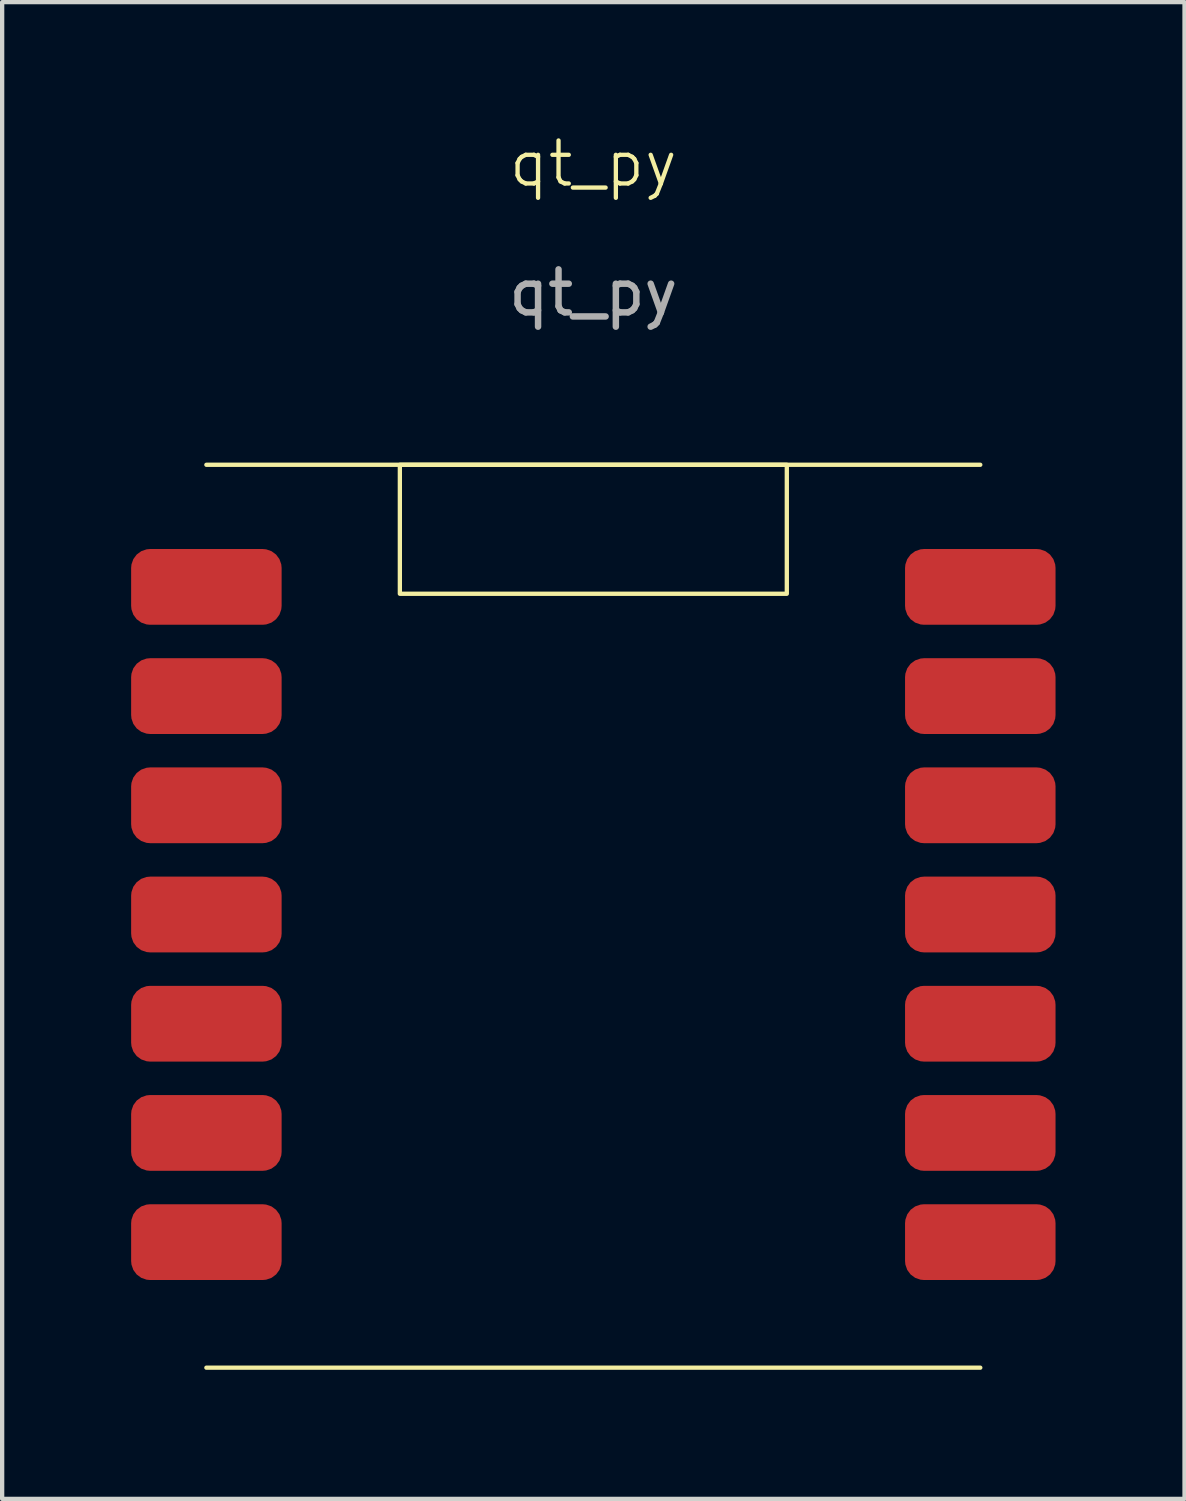
<source format=kicad_pcb>
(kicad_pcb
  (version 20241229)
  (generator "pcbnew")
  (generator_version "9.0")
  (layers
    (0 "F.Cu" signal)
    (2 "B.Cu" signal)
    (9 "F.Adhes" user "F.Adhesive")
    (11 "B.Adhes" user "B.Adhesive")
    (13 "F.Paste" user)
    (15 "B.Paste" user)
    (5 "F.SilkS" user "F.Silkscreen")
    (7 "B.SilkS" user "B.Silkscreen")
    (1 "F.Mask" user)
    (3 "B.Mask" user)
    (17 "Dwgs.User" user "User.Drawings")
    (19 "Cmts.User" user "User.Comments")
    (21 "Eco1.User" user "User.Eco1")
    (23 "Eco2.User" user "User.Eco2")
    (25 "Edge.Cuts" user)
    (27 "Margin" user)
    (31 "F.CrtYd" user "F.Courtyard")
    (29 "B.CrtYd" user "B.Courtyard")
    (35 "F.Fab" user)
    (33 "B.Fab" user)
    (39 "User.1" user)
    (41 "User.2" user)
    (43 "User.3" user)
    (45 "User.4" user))
  (footprint "qt_py"
    (layer "F.Cu")
    (at 10.75 1.26)
    (property "Reference" "qt_py" (at 0 -0.5 0) (unlocked yes) (layer "F.SilkS") (effects (font (size 1 1) (thickness 0.1))))
    (attr smd)
    (fp_line (start -9 6.5) (end 9 6.5) (stroke (width 0.1) (type default)) (layer "F.SilkS"))
    (fp_line (start 9 27.5) (end -9 27.5) (stroke (width 0.1) (type default)) (layer "F.SilkS"))
    (fp_rect (start -4.5 6.5) (end 4.5 9.5) (stroke (width 0.1) (type default)) (fill no) (layer "F.SilkS"))
    (fp_text user "${REFERENCE}" (at 0 2.5 0) (unlocked yes) (layer "F.Fab") (effects (font (size 1 1) (thickness 0.15))))
    (pad "0" smd roundrect (at -9 9.34) (size 3.5 1.762) (layers "F.Cu" "F.Mask" "F.Paste") (roundrect_rratio 0.25))
    (pad "1" smd roundrect (at -9 11.88) (size 3.5 1.762) (layers "F.Cu" "F.Mask" "F.Paste") (roundrect_rratio 0.25))
    (pad "2" smd roundrect (at -9 14.42) (size 3.5 1.762) (layers "F.Cu" "F.Mask" "F.Paste") (roundrect_rratio 0.25))
    (pad "3" smd roundrect (at -9 16.96) (size 3.5 1.762) (layers "F.Cu" "F.Mask" "F.Paste") (roundrect_rratio 0.25))
    (pad "4" smd roundrect (at -9 19.5) (size 3.5 1.762) (layers "F.Cu" "F.Mask" "F.Paste") (roundrect_rratio 0.25))
    (pad "5" smd roundrect (at -9 22.04) (size 3.5 1.762) (layers "F.Cu" "F.Mask" "F.Paste") (roundrect_rratio 0.25))
    (pad "6" smd roundrect (at -9 24.58) (size 3.5 1.762) (layers "F.Cu" "F.Mask" "F.Paste") (roundrect_rratio 0.25))
    (pad "7" smd roundrect (at 9 24.58) (size 3.5 1.762) (layers "F.Cu" "F.Mask" "F.Paste") (roundrect_rratio 0.25))
    (pad "8" smd roundrect (at 9 22.04) (size 3.5 1.762) (layers "F.Cu" "F.Mask" "F.Paste") (roundrect_rratio 0.25))
    (pad "9" smd roundrect (at 9 19.5) (size 3.5 1.762) (layers "F.Cu" "F.Mask" "F.Paste") (roundrect_rratio 0.25))
    (pad "10" smd roundrect (at 9 16.96) (size 3.5 1.762) (layers "F.Cu" "F.Mask" "F.Paste") (roundrect_rratio 0.25))
    (pad "11" smd roundrect (at 9 14.42) (size 3.5 1.762) (layers "F.Cu" "F.Mask" "F.Paste") (roundrect_rratio 0.25))
    (pad "12" smd roundrect (at 9 11.88) (size 3.5 1.762) (layers "F.Cu" "F.Mask" "F.Paste") (roundrect_rratio 0.25))
    (pad "13" smd roundrect (at 9 9.34) (size 3.5 1.762) (layers "F.Cu" "F.Mask" "F.Paste") (roundrect_rratio 0.25)))
  (gr_rect
    (start -3 -3)
    (end 24.5 31.811)
    (stroke (width 0.1) (type default))
    (fill no)
    (layer "Edge.Cuts")))
</source>
